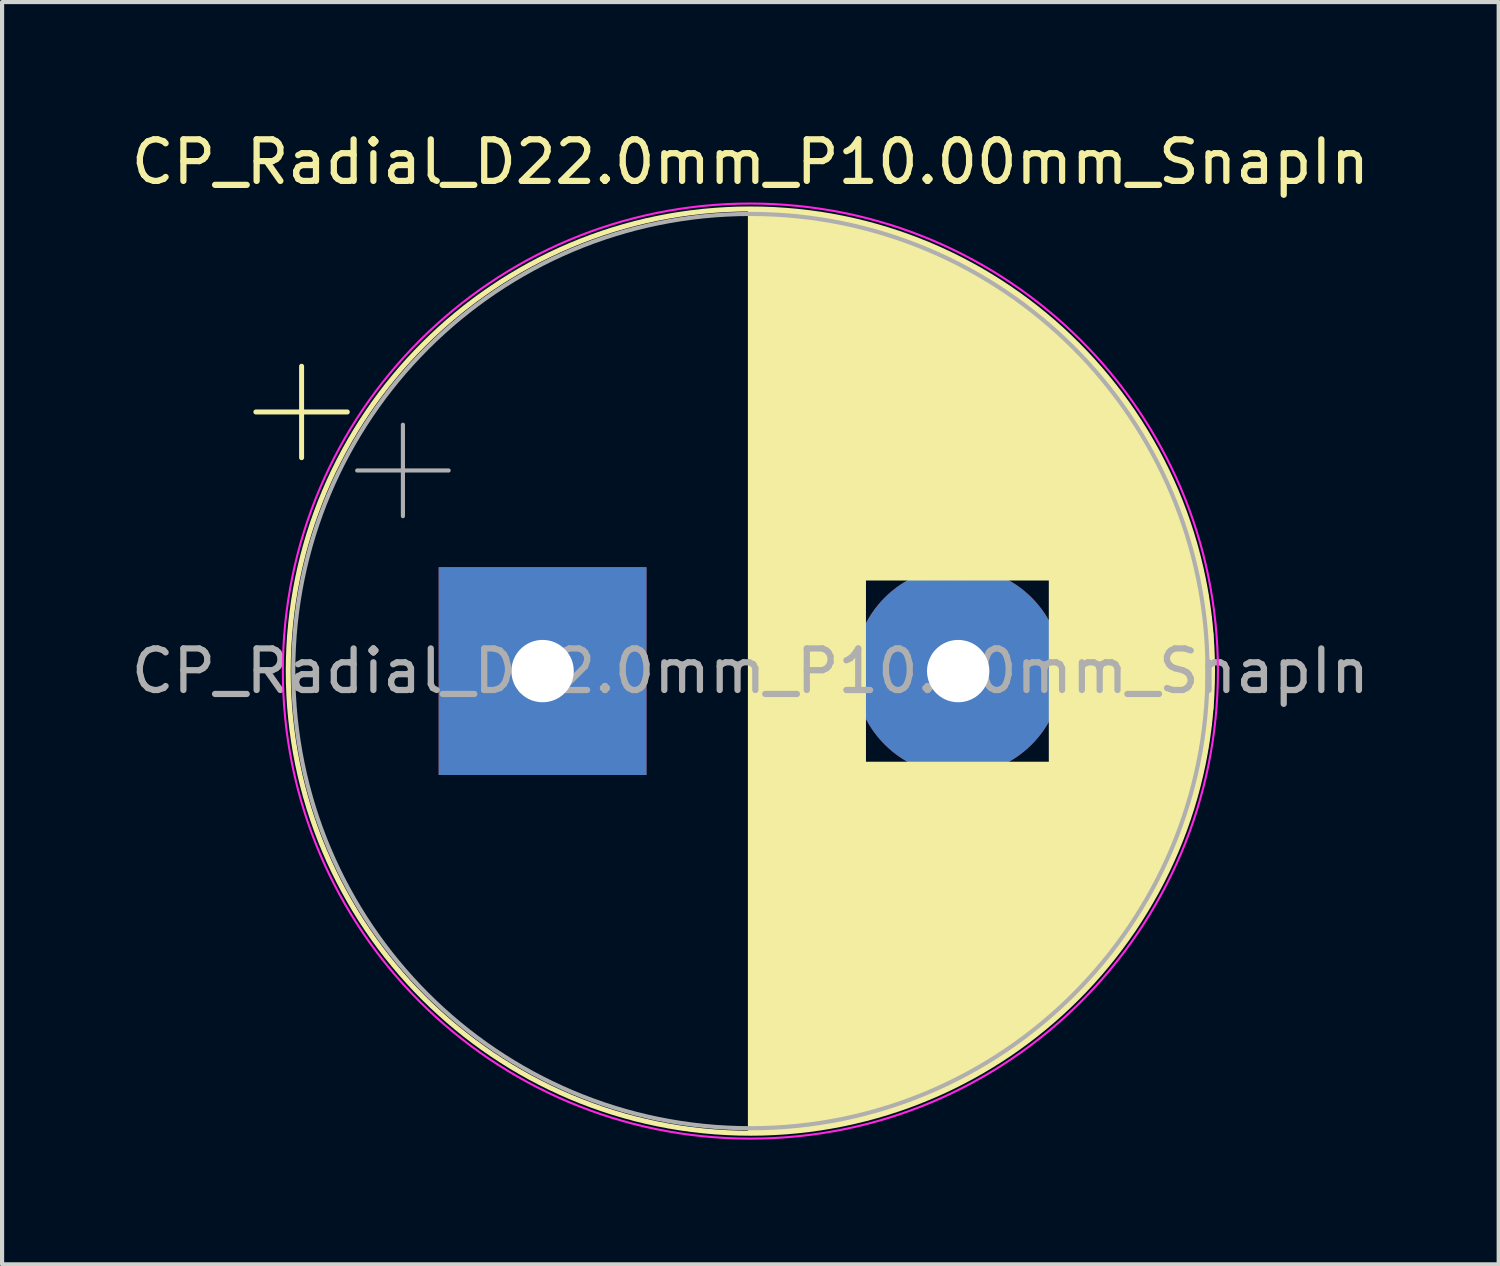
<source format=kicad_pcb>
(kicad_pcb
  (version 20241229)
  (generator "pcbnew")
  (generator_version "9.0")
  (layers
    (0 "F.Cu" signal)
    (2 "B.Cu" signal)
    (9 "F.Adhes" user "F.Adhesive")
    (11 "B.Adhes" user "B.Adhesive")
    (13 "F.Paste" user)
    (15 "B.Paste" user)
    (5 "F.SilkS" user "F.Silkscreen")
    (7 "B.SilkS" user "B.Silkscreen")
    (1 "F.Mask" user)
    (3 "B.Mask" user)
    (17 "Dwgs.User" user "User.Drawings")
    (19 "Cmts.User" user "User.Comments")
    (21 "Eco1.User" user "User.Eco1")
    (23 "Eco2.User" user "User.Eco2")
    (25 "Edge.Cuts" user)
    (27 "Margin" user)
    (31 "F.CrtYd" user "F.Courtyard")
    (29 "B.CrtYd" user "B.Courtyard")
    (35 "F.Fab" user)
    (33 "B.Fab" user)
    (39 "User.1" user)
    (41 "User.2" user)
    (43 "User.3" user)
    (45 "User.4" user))
  (footprint "CP_Radial_D22.0mm_P10.00mm_SnapIn"
    (layer "F.Cu")
    (at 10.006 13.098)
    (property "Reference" "CP_Radial_D22.0mm_P10.00mm_SnapIn" (at 5 -12.25 0) (layer "F.SilkS") (effects (font (size 1 1) (thickness 0.15))))
    (attr through_hole)
    (fp_line (start -6.899 -6.235) (end -4.699 -6.235) (stroke (width 0.12) (type solid)) (layer "F.SilkS"))
    (fp_line (start -5.799 -7.335) (end -5.799 -5.135) (stroke (width 0.12) (type solid)) (layer "F.SilkS"))
    (fp_line (start 5 -11.081) (end 5 11.081) (stroke (width 0.12) (type solid)) (layer "F.SilkS"))
    (fp_line (start 5.04 -11.08) (end 5.04 11.08) (stroke (width 0.12) (type solid)) (layer "F.SilkS"))
    (fp_line (start 5.08 -11.08) (end 5.08 11.08) (stroke (width 0.12) (type solid)) (layer "F.SilkS"))
    (fp_line (start 5.12 -11.08) (end 5.12 11.08) (stroke (width 0.12) (type solid)) (layer "F.SilkS"))
    (fp_line (start 5.16 -11.079) (end 5.16 11.079) (stroke (width 0.12) (type solid)) (layer "F.SilkS"))
    (fp_line (start 5.2 -11.079) (end 5.2 11.079) (stroke (width 0.12) (type solid)) (layer "F.SilkS"))
    (fp_line (start 5.24 -11.078) (end 5.24 11.078) (stroke (width 0.12) (type solid)) (layer "F.SilkS"))
    (fp_line (start 5.28 -11.077) (end 5.28 11.077) (stroke (width 0.12) (type solid)) (layer "F.SilkS"))
    (fp_line (start 5.32 -11.076) (end 5.32 11.076) (stroke (width 0.12) (type solid)) (layer "F.SilkS"))
    (fp_line (start 5.36 -11.075) (end 5.36 11.075) (stroke (width 0.12) (type solid)) (layer "F.SilkS"))
    (fp_line (start 5.4 -11.073) (end 5.4 11.073) (stroke (width 0.12) (type solid)) (layer "F.SilkS"))
    (fp_line (start 5.44 -11.072) (end 5.44 11.072) (stroke (width 0.12) (type solid)) (layer "F.SilkS"))
    (fp_line (start 5.48 -11.07) (end 5.48 11.07) (stroke (width 0.12) (type solid)) (layer "F.SilkS"))
    (fp_line (start 5.52 -11.068) (end 5.52 11.068) (stroke (width 0.12) (type solid)) (layer "F.SilkS"))
    (fp_line (start 5.56 -11.066) (end 5.56 11.066) (stroke (width 0.12) (type solid)) (layer "F.SilkS"))
    (fp_line (start 5.6 -11.064) (end 5.6 11.064) (stroke (width 0.12) (type solid)) (layer "F.SilkS"))
    (fp_line (start 5.64 -11.062) (end 5.64 11.062) (stroke (width 0.12) (type solid)) (layer "F.SilkS"))
    (fp_line (start 5.68 -11.06) (end 5.68 11.06) (stroke (width 0.12) (type solid)) (layer "F.SilkS"))
    (fp_line (start 5.721 -11.057) (end 5.721 11.057) (stroke (width 0.12) (type solid)) (layer "F.SilkS"))
    (fp_line (start 5.761 -11.054) (end 5.761 11.054) (stroke (width 0.12) (type solid)) (layer "F.SilkS"))
    (fp_line (start 5.801 -11.052) (end 5.801 11.052) (stroke (width 0.12) (type solid)) (layer "F.SilkS"))
    (fp_line (start 5.841 -11.049) (end 5.841 11.049) (stroke (width 0.12) (type solid)) (layer "F.SilkS"))
    (fp_line (start 5.881 -11.046) (end 5.881 11.046) (stroke (width 0.12) (type solid)) (layer "F.SilkS"))
    (fp_line (start 5.921 -11.042) (end 5.921 11.042) (stroke (width 0.12) (type solid)) (layer "F.SilkS"))
    (fp_line (start 5.961 -11.039) (end 5.961 11.039) (stroke (width 0.12) (type solid)) (layer "F.SilkS"))
    (fp_line (start 6.001 -11.035) (end 6.001 11.035) (stroke (width 0.12) (type solid)) (layer "F.SilkS"))
    (fp_line (start 6.041 -11.032) (end 6.041 11.032) (stroke (width 0.12) (type solid)) (layer "F.SilkS"))
    (fp_line (start 6.081 -11.028) (end 6.081 11.028) (stroke (width 0.12) (type solid)) (layer "F.SilkS"))
    (fp_line (start 6.121 -11.024) (end 6.121 11.024) (stroke (width 0.12) (type solid)) (layer "F.SilkS"))
    (fp_line (start 6.161 -11.02) (end 6.161 11.02) (stroke (width 0.12) (type solid)) (layer "F.SilkS"))
    (fp_line (start 6.201 -11.016) (end 6.201 11.016) (stroke (width 0.12) (type solid)) (layer "F.SilkS"))
    (fp_line (start 6.241 -11.011) (end 6.241 11.011) (stroke (width 0.12) (type solid)) (layer "F.SilkS"))
    (fp_line (start 6.281 -11.007) (end 6.281 11.007) (stroke (width 0.12) (type solid)) (layer "F.SilkS"))
    (fp_line (start 6.321 -11.002) (end 6.321 11.002) (stroke (width 0.12) (type solid)) (layer "F.SilkS"))
    (fp_line (start 6.361 -10.997) (end 6.361 10.997) (stroke (width 0.12) (type solid)) (layer "F.SilkS"))
    (fp_line (start 6.401 -10.992) (end 6.401 10.992) (stroke (width 0.12) (type solid)) (layer "F.SilkS"))
    (fp_line (start 6.441 -10.987) (end 6.441 10.987) (stroke (width 0.12) (type solid)) (layer "F.SilkS"))
    (fp_line (start 6.481 -10.982) (end 6.481 10.982) (stroke (width 0.12) (type solid)) (layer "F.SilkS"))
    (fp_line (start 6.521 -10.976) (end 6.521 10.976) (stroke (width 0.12) (type solid)) (layer "F.SilkS"))
    (fp_line (start 6.561 -10.971) (end 6.561 10.971) (stroke (width 0.12) (type solid)) (layer "F.SilkS"))
    (fp_line (start 6.601 -10.965) (end 6.601 10.965) (stroke (width 0.12) (type solid)) (layer "F.SilkS"))
    (fp_line (start 6.641 -10.959) (end 6.641 10.959) (stroke (width 0.12) (type solid)) (layer "F.SilkS"))
    (fp_line (start 6.681 -10.953) (end 6.681 10.953) (stroke (width 0.12) (type solid)) (layer "F.SilkS"))
    (fp_line (start 6.721 -10.947) (end 6.721 10.947) (stroke (width 0.12) (type solid)) (layer "F.SilkS"))
    (fp_line (start 6.761 -10.94) (end 6.761 10.94) (stroke (width 0.12) (type solid)) (layer "F.SilkS"))
    (fp_line (start 6.801 -10.934) (end 6.801 10.934) (stroke (width 0.12) (type solid)) (layer "F.SilkS"))
    (fp_line (start 6.841 -10.927) (end 6.841 10.927) (stroke (width 0.12) (type solid)) (layer "F.SilkS"))
    (fp_line (start 6.881 -10.92) (end 6.881 10.92) (stroke (width 0.12) (type solid)) (layer "F.SilkS"))
    (fp_line (start 6.921 -10.913) (end 6.921 10.913) (stroke (width 0.12) (type solid)) (layer "F.SilkS"))
    (fp_line (start 6.961 -10.906) (end 6.961 10.906) (stroke (width 0.12) (type solid)) (layer "F.SilkS"))
    (fp_line (start 7.001 -10.899) (end 7.001 10.899) (stroke (width 0.12) (type solid)) (layer "F.SilkS"))
    (fp_line (start 7.041 -10.892) (end 7.041 10.892) (stroke (width 0.12) (type solid)) (layer "F.SilkS"))
    (fp_line (start 7.081 -10.884) (end 7.081 10.884) (stroke (width 0.12) (type solid)) (layer "F.SilkS"))
    (fp_line (start 7.121 -10.877) (end 7.121 10.877) (stroke (width 0.12) (type solid)) (layer "F.SilkS"))
    (fp_line (start 7.161 -10.869) (end 7.161 10.869) (stroke (width 0.12) (type solid)) (layer "F.SilkS"))
    (fp_line (start 7.201 -10.861) (end 7.201 10.861) (stroke (width 0.12) (type solid)) (layer "F.SilkS"))
    (fp_line (start 7.241 -10.853) (end 7.241 10.853) (stroke (width 0.12) (type solid)) (layer "F.SilkS"))
    (fp_line (start 7.281 -10.844) (end 7.281 10.844) (stroke (width 0.12) (type solid)) (layer "F.SilkS"))
    (fp_line (start 7.321 -10.836) (end 7.321 10.836) (stroke (width 0.12) (type solid)) (layer "F.SilkS"))
    (fp_line (start 7.361 -10.827) (end 7.361 10.827) (stroke (width 0.12) (type solid)) (layer "F.SilkS"))
    (fp_line (start 7.401 -10.818) (end 7.401 10.818) (stroke (width 0.12) (type solid)) (layer "F.SilkS"))
    (fp_line (start 7.441 -10.809) (end 7.441 10.809) (stroke (width 0.12) (type solid)) (layer "F.SilkS"))
    (fp_line (start 7.481 -10.8) (end 7.481 10.8) (stroke (width 0.12) (type solid)) (layer "F.SilkS"))
    (fp_line (start 7.521 -10.791) (end 7.521 10.791) (stroke (width 0.12) (type solid)) (layer "F.SilkS"))
    (fp_line (start 7.561 -10.782) (end 7.561 10.782) (stroke (width 0.12) (type solid)) (layer "F.SilkS"))
    (fp_line (start 7.601 -10.772) (end 7.601 10.772) (stroke (width 0.12) (type solid)) (layer "F.SilkS"))
    (fp_line (start 7.641 -10.763) (end 7.641 10.763) (stroke (width 0.12) (type solid)) (layer "F.SilkS"))
    (fp_line (start 7.681 -10.753) (end 7.681 10.753) (stroke (width 0.12) (type solid)) (layer "F.SilkS"))
    (fp_line (start 7.721 -10.743) (end 7.721 10.743) (stroke (width 0.12) (type solid)) (layer "F.SilkS"))
    (fp_line (start 7.761 -10.733) (end 7.761 -2.24) (stroke (width 0.12) (type solid)) (layer "F.SilkS"))
    (fp_line (start 7.761 2.24) (end 7.761 10.733) (stroke (width 0.12) (type solid)) (layer "F.SilkS"))
    (fp_line (start 7.801 -10.722) (end 7.801 -2.24) (stroke (width 0.12) (type solid)) (layer "F.SilkS"))
    (fp_line (start 7.801 2.24) (end 7.801 10.722) (stroke (width 0.12) (type solid)) (layer "F.SilkS"))
    (fp_line (start 7.841 -10.712) (end 7.841 -2.24) (stroke (width 0.12) (type solid)) (layer "F.SilkS"))
    (fp_line (start 7.841 2.24) (end 7.841 10.712) (stroke (width 0.12) (type solid)) (layer "F.SilkS"))
    (fp_line (start 7.881 -10.701) (end 7.881 -2.24) (stroke (width 0.12) (type solid)) (layer "F.SilkS"))
    (fp_line (start 7.881 2.24) (end 7.881 10.701) (stroke (width 0.12) (type solid)) (layer "F.SilkS"))
    (fp_line (start 7.921 -10.69) (end 7.921 -2.24) (stroke (width 0.12) (type solid)) (layer "F.SilkS"))
    (fp_line (start 7.921 2.24) (end 7.921 10.69) (stroke (width 0.12) (type solid)) (layer "F.SilkS"))
    (fp_line (start 7.961 -10.679) (end 7.961 -2.24) (stroke (width 0.12) (type solid)) (layer "F.SilkS"))
    (fp_line (start 7.961 2.24) (end 7.961 10.679) (stroke (width 0.12) (type solid)) (layer "F.SilkS"))
    (fp_line (start 8.001 -10.668) (end 8.001 -2.24) (stroke (width 0.12) (type solid)) (layer "F.SilkS"))
    (fp_line (start 8.001 2.24) (end 8.001 10.668) (stroke (width 0.12) (type solid)) (layer "F.SilkS"))
    (fp_line (start 8.041 -10.657) (end 8.041 -2.24) (stroke (width 0.12) (type solid)) (layer "F.SilkS"))
    (fp_line (start 8.041 2.24) (end 8.041 10.657) (stroke (width 0.12) (type solid)) (layer "F.SilkS"))
    (fp_line (start 8.081 -10.645) (end 8.081 -2.24) (stroke (width 0.12) (type solid)) (layer "F.SilkS"))
    (fp_line (start 8.081 2.24) (end 8.081 10.645) (stroke (width 0.12) (type solid)) (layer "F.SilkS"))
    (fp_line (start 8.121 -10.634) (end 8.121 -2.24) (stroke (width 0.12) (type solid)) (layer "F.SilkS"))
    (fp_line (start 8.121 2.24) (end 8.121 10.634) (stroke (width 0.12) (type solid)) (layer "F.SilkS"))
    (fp_line (start 8.161 -10.622) (end 8.161 -2.24) (stroke (width 0.12) (type solid)) (layer "F.SilkS"))
    (fp_line (start 8.161 2.24) (end 8.161 10.622) (stroke (width 0.12) (type solid)) (layer "F.SilkS"))
    (fp_line (start 8.201 -10.61) (end 8.201 -2.24) (stroke (width 0.12) (type solid)) (layer "F.SilkS"))
    (fp_line (start 8.201 2.24) (end 8.201 10.61) (stroke (width 0.12) (type solid)) (layer "F.SilkS"))
    (fp_line (start 8.241 -10.598) (end 8.241 -2.24) (stroke (width 0.12) (type solid)) (layer "F.SilkS"))
    (fp_line (start 8.241 2.24) (end 8.241 10.598) (stroke (width 0.12) (type solid)) (layer "F.SilkS"))
    (fp_line (start 8.281 -10.586) (end 8.281 -2.24) (stroke (width 0.12) (type solid)) (layer "F.SilkS"))
    (fp_line (start 8.281 2.24) (end 8.281 10.586) (stroke (width 0.12) (type solid)) (layer "F.SilkS"))
    (fp_line (start 8.321 -10.573) (end 8.321 -2.24) (stroke (width 0.12) (type solid)) (layer "F.SilkS"))
    (fp_line (start 8.321 2.24) (end 8.321 10.573) (stroke (width 0.12) (type solid)) (layer "F.SilkS"))
    (fp_line (start 8.361 -10.561) (end 8.361 -2.24) (stroke (width 0.12) (type solid)) (layer "F.SilkS"))
    (fp_line (start 8.361 2.24) (end 8.361 10.561) (stroke (width 0.12) (type solid)) (layer "F.SilkS"))
    (fp_line (start 8.401 -10.548) (end 8.401 -2.24) (stroke (width 0.12) (type solid)) (layer "F.SilkS"))
    (fp_line (start 8.401 2.24) (end 8.401 10.548) (stroke (width 0.12) (type solid)) (layer "F.SilkS"))
    (fp_line (start 8.441 -10.535) (end 8.441 -2.24) (stroke (width 0.12) (type solid)) (layer "F.SilkS"))
    (fp_line (start 8.441 2.24) (end 8.441 10.535) (stroke (width 0.12) (type solid)) (layer "F.SilkS"))
    (fp_line (start 8.481 -10.522) (end 8.481 -2.24) (stroke (width 0.12) (type solid)) (layer "F.SilkS"))
    (fp_line (start 8.481 2.24) (end 8.481 10.522) (stroke (width 0.12) (type solid)) (layer "F.SilkS"))
    (fp_line (start 8.521 -10.509) (end 8.521 -2.24) (stroke (width 0.12) (type solid)) (layer "F.SilkS"))
    (fp_line (start 8.521 2.24) (end 8.521 10.509) (stroke (width 0.12) (type solid)) (layer "F.SilkS"))
    (fp_line (start 8.561 -10.495) (end 8.561 -2.24) (stroke (width 0.12) (type solid)) (layer "F.SilkS"))
    (fp_line (start 8.561 2.24) (end 8.561 10.495) (stroke (width 0.12) (type solid)) (layer "F.SilkS"))
    (fp_line (start 8.601 -10.482) (end 8.601 -2.24) (stroke (width 0.12) (type solid)) (layer "F.SilkS"))
    (fp_line (start 8.601 2.24) (end 8.601 10.482) (stroke (width 0.12) (type solid)) (layer "F.SilkS"))
    (fp_line (start 8.641 -10.468) (end 8.641 -2.24) (stroke (width 0.12) (type solid)) (layer "F.SilkS"))
    (fp_line (start 8.641 2.24) (end 8.641 10.468) (stroke (width 0.12) (type solid)) (layer "F.SilkS"))
    (fp_line (start 8.681 -10.454) (end 8.681 -2.24) (stroke (width 0.12) (type solid)) (layer "F.SilkS"))
    (fp_line (start 8.681 2.24) (end 8.681 10.454) (stroke (width 0.12) (type solid)) (layer "F.SilkS"))
    (fp_line (start 8.721 -10.44) (end 8.721 -2.24) (stroke (width 0.12) (type solid)) (layer "F.SilkS"))
    (fp_line (start 8.721 2.24) (end 8.721 10.44) (stroke (width 0.12) (type solid)) (layer "F.SilkS"))
    (fp_line (start 8.761 -10.426) (end 8.761 -2.24) (stroke (width 0.12) (type solid)) (layer "F.SilkS"))
    (fp_line (start 8.761 2.24) (end 8.761 10.426) (stroke (width 0.12) (type solid)) (layer "F.SilkS"))
    (fp_line (start 8.801 -10.411) (end 8.801 -2.24) (stroke (width 0.12) (type solid)) (layer "F.SilkS"))
    (fp_line (start 8.801 2.24) (end 8.801 10.411) (stroke (width 0.12) (type solid)) (layer "F.SilkS"))
    (fp_line (start 8.841 -10.396) (end 8.841 -2.24) (stroke (width 0.12) (type solid)) (layer "F.SilkS"))
    (fp_line (start 8.841 2.24) (end 8.841 10.396) (stroke (width 0.12) (type solid)) (layer "F.SilkS"))
    (fp_line (start 8.881 -10.382) (end 8.881 -2.24) (stroke (width 0.12) (type solid)) (layer "F.SilkS"))
    (fp_line (start 8.881 2.24) (end 8.881 10.382) (stroke (width 0.12) (type solid)) (layer "F.SilkS"))
    (fp_line (start 8.921 -10.367) (end 8.921 -2.24) (stroke (width 0.12) (type solid)) (layer "F.SilkS"))
    (fp_line (start 8.921 2.24) (end 8.921 10.367) (stroke (width 0.12) (type solid)) (layer "F.SilkS"))
    (fp_line (start 8.961 -10.351) (end 8.961 -2.24) (stroke (width 0.12) (type solid)) (layer "F.SilkS"))
    (fp_line (start 8.961 2.24) (end 8.961 10.351) (stroke (width 0.12) (type solid)) (layer "F.SilkS"))
    (fp_line (start 9.001 -10.336) (end 9.001 -2.24) (stroke (width 0.12) (type solid)) (layer "F.SilkS"))
    (fp_line (start 9.001 2.24) (end 9.001 10.336) (stroke (width 0.12) (type solid)) (layer "F.SilkS"))
    (fp_line (start 9.041 -10.321) (end 9.041 -2.24) (stroke (width 0.12) (type solid)) (layer "F.SilkS"))
    (fp_line (start 9.041 2.24) (end 9.041 10.321) (stroke (width 0.12) (type solid)) (layer "F.SilkS"))
    (fp_line (start 9.081 -10.305) (end 9.081 -2.24) (stroke (width 0.12) (type solid)) (layer "F.SilkS"))
    (fp_line (start 9.081 2.24) (end 9.081 10.305) (stroke (width 0.12) (type solid)) (layer "F.SilkS"))
    (fp_line (start 9.121 -10.289) (end 9.121 -2.24) (stroke (width 0.12) (type solid)) (layer "F.SilkS"))
    (fp_line (start 9.121 2.24) (end 9.121 10.289) (stroke (width 0.12) (type solid)) (layer "F.SilkS"))
    (fp_line (start 9.161 -10.273) (end 9.161 -2.24) (stroke (width 0.12) (type solid)) (layer "F.SilkS"))
    (fp_line (start 9.161 2.24) (end 9.161 10.273) (stroke (width 0.12) (type solid)) (layer "F.SilkS"))
    (fp_line (start 9.201 -10.257) (end 9.201 -2.24) (stroke (width 0.12) (type solid)) (layer "F.SilkS"))
    (fp_line (start 9.201 2.24) (end 9.201 10.257) (stroke (width 0.12) (type solid)) (layer "F.SilkS"))
    (fp_line (start 9.241 -10.24) (end 9.241 -2.24) (stroke (width 0.12) (type solid)) (layer "F.SilkS"))
    (fp_line (start 9.241 2.24) (end 9.241 10.24) (stroke (width 0.12) (type solid)) (layer "F.SilkS"))
    (fp_line (start 9.281 -10.224) (end 9.281 -2.24) (stroke (width 0.12) (type solid)) (layer "F.SilkS"))
    (fp_line (start 9.281 2.24) (end 9.281 10.224) (stroke (width 0.12) (type solid)) (layer "F.SilkS"))
    (fp_line (start 9.321 -10.207) (end 9.321 -2.24) (stroke (width 0.12) (type solid)) (layer "F.SilkS"))
    (fp_line (start 9.321 2.24) (end 9.321 10.207) (stroke (width 0.12) (type solid)) (layer "F.SilkS"))
    (fp_line (start 9.361 -10.19) (end 9.361 -2.24) (stroke (width 0.12) (type solid)) (layer "F.SilkS"))
    (fp_line (start 9.361 2.24) (end 9.361 10.19) (stroke (width 0.12) (type solid)) (layer "F.SilkS"))
    (fp_line (start 9.401 -10.173) (end 9.401 -2.24) (stroke (width 0.12) (type solid)) (layer "F.SilkS"))
    (fp_line (start 9.401 2.24) (end 9.401 10.173) (stroke (width 0.12) (type solid)) (layer "F.SilkS"))
    (fp_line (start 9.441 -10.156) (end 9.441 -2.24) (stroke (width 0.12) (type solid)) (layer "F.SilkS"))
    (fp_line (start 9.441 2.24) (end 9.441 10.156) (stroke (width 0.12) (type solid)) (layer "F.SilkS"))
    (fp_line (start 9.481 -10.138) (end 9.481 -2.24) (stroke (width 0.12) (type solid)) (layer "F.SilkS"))
    (fp_line (start 9.481 2.24) (end 9.481 10.138) (stroke (width 0.12) (type solid)) (layer "F.SilkS"))
    (fp_line (start 9.521 -10.12) (end 9.521 -2.24) (stroke (width 0.12) (type solid)) (layer "F.SilkS"))
    (fp_line (start 9.521 2.24) (end 9.521 10.12) (stroke (width 0.12) (type solid)) (layer "F.SilkS"))
    (fp_line (start 9.561 -10.103) (end 9.561 -2.24) (stroke (width 0.12) (type solid)) (layer "F.SilkS"))
    (fp_line (start 9.561 2.24) (end 9.561 10.103) (stroke (width 0.12) (type solid)) (layer "F.SilkS"))
    (fp_line (start 9.601 -10.084) (end 9.601 -2.24) (stroke (width 0.12) (type solid)) (layer "F.SilkS"))
    (fp_line (start 9.601 2.24) (end 9.601 10.084) (stroke (width 0.12) (type solid)) (layer "F.SilkS"))
    (fp_line (start 9.641 -10.066) (end 9.641 -2.24) (stroke (width 0.12) (type solid)) (layer "F.SilkS"))
    (fp_line (start 9.641 2.24) (end 9.641 10.066) (stroke (width 0.12) (type solid)) (layer "F.SilkS"))
    (fp_line (start 9.681 -10.048) (end 9.681 -2.24) (stroke (width 0.12) (type solid)) (layer "F.SilkS"))
    (fp_line (start 9.681 2.24) (end 9.681 10.048) (stroke (width 0.12) (type solid)) (layer "F.SilkS"))
    (fp_line (start 9.721 -10.029) (end 9.721 -2.24) (stroke (width 0.12) (type solid)) (layer "F.SilkS"))
    (fp_line (start 9.721 2.24) (end 9.721 10.029) (stroke (width 0.12) (type solid)) (layer "F.SilkS"))
    (fp_line (start 9.761 -10.01) (end 9.761 -2.24) (stroke (width 0.12) (type solid)) (layer "F.SilkS"))
    (fp_line (start 9.761 2.24) (end 9.761 10.01) (stroke (width 0.12) (type solid)) (layer "F.SilkS"))
    (fp_line (start 9.801 -9.991) (end 9.801 -2.24) (stroke (width 0.12) (type solid)) (layer "F.SilkS"))
    (fp_line (start 9.801 2.24) (end 9.801 9.991) (stroke (width 0.12) (type solid)) (layer "F.SilkS"))
    (fp_line (start 9.841 -9.972) (end 9.841 -2.24) (stroke (width 0.12) (type solid)) (layer "F.SilkS"))
    (fp_line (start 9.841 2.24) (end 9.841 9.972) (stroke (width 0.12) (type solid)) (layer "F.SilkS"))
    (fp_line (start 9.881 -9.952) (end 9.881 -2.24) (stroke (width 0.12) (type solid)) (layer "F.SilkS"))
    (fp_line (start 9.881 2.24) (end 9.881 9.952) (stroke (width 0.12) (type solid)) (layer "F.SilkS"))
    (fp_line (start 9.921 -9.933) (end 9.921 -2.24) (stroke (width 0.12) (type solid)) (layer "F.SilkS"))
    (fp_line (start 9.921 2.24) (end 9.921 9.933) (stroke (width 0.12) (type solid)) (layer "F.SilkS"))
    (fp_line (start 9.961 -9.913) (end 9.961 -2.24) (stroke (width 0.12) (type solid)) (layer "F.SilkS"))
    (fp_line (start 9.961 2.24) (end 9.961 9.913) (stroke (width 0.12) (type solid)) (layer "F.SilkS"))
    (fp_line (start 10.001 -9.893) (end 10.001 -2.24) (stroke (width 0.12) (type solid)) (layer "F.SilkS"))
    (fp_line (start 10.001 2.24) (end 10.001 9.893) (stroke (width 0.12) (type solid)) (layer "F.SilkS"))
    (fp_line (start 10.041 -9.873) (end 10.041 -2.24) (stroke (width 0.12) (type solid)) (layer "F.SilkS"))
    (fp_line (start 10.041 2.24) (end 10.041 9.873) (stroke (width 0.12) (type solid)) (layer "F.SilkS"))
    (fp_line (start 10.081 -9.852) (end 10.081 -2.24) (stroke (width 0.12) (type solid)) (layer "F.SilkS"))
    (fp_line (start 10.081 2.24) (end 10.081 9.852) (stroke (width 0.12) (type solid)) (layer "F.SilkS"))
    (fp_line (start 10.121 -9.832) (end 10.121 -2.24) (stroke (width 0.12) (type solid)) (layer "F.SilkS"))
    (fp_line (start 10.121 2.24) (end 10.121 9.832) (stroke (width 0.12) (type solid)) (layer "F.SilkS"))
    (fp_line (start 10.161 -9.811) (end 10.161 -2.24) (stroke (width 0.12) (type solid)) (layer "F.SilkS"))
    (fp_line (start 10.161 2.24) (end 10.161 9.811) (stroke (width 0.12) (type solid)) (layer "F.SilkS"))
    (fp_line (start 10.201 -9.79) (end 10.201 -2.24) (stroke (width 0.12) (type solid)) (layer "F.SilkS"))
    (fp_line (start 10.201 2.24) (end 10.201 9.79) (stroke (width 0.12) (type solid)) (layer "F.SilkS"))
    (fp_line (start 10.241 -9.768) (end 10.241 -2.24) (stroke (width 0.12) (type solid)) (layer "F.SilkS"))
    (fp_line (start 10.241 2.24) (end 10.241 9.768) (stroke (width 0.12) (type solid)) (layer "F.SilkS"))
    (fp_line (start 10.281 -9.747) (end 10.281 -2.24) (stroke (width 0.12) (type solid)) (layer "F.SilkS"))
    (fp_line (start 10.281 2.24) (end 10.281 9.747) (stroke (width 0.12) (type solid)) (layer "F.SilkS"))
    (fp_line (start 10.321 -9.725) (end 10.321 -2.24) (stroke (width 0.12) (type solid)) (layer "F.SilkS"))
    (fp_line (start 10.321 2.24) (end 10.321 9.725) (stroke (width 0.12) (type solid)) (layer "F.SilkS"))
    (fp_line (start 10.361 -9.703) (end 10.361 -2.24) (stroke (width 0.12) (type solid)) (layer "F.SilkS"))
    (fp_line (start 10.361 2.24) (end 10.361 9.703) (stroke (width 0.12) (type solid)) (layer "F.SilkS"))
    (fp_line (start 10.401 -9.681) (end 10.401 -2.24) (stroke (width 0.12) (type solid)) (layer "F.SilkS"))
    (fp_line (start 10.401 2.24) (end 10.401 9.681) (stroke (width 0.12) (type solid)) (layer "F.SilkS"))
    (fp_line (start 10.441 -9.659) (end 10.441 -2.24) (stroke (width 0.12) (type solid)) (layer "F.SilkS"))
    (fp_line (start 10.441 2.24) (end 10.441 9.659) (stroke (width 0.12) (type solid)) (layer "F.SilkS"))
    (fp_line (start 10.481 -9.636) (end 10.481 -2.24) (stroke (width 0.12) (type solid)) (layer "F.SilkS"))
    (fp_line (start 10.481 2.24) (end 10.481 9.636) (stroke (width 0.12) (type solid)) (layer "F.SilkS"))
    (fp_line (start 10.521 -9.614) (end 10.521 -2.24) (stroke (width 0.12) (type solid)) (layer "F.SilkS"))
    (fp_line (start 10.521 2.24) (end 10.521 9.614) (stroke (width 0.12) (type solid)) (layer "F.SilkS"))
    (fp_line (start 10.561 -9.591) (end 10.561 -2.24) (stroke (width 0.12) (type solid)) (layer "F.SilkS"))
    (fp_line (start 10.561 2.24) (end 10.561 9.591) (stroke (width 0.12) (type solid)) (layer "F.SilkS"))
    (fp_line (start 10.601 -9.567) (end 10.601 -2.24) (stroke (width 0.12) (type solid)) (layer "F.SilkS"))
    (fp_line (start 10.601 2.24) (end 10.601 9.567) (stroke (width 0.12) (type solid)) (layer "F.SilkS"))
    (fp_line (start 10.641 -9.544) (end 10.641 -2.24) (stroke (width 0.12) (type solid)) (layer "F.SilkS"))
    (fp_line (start 10.641 2.24) (end 10.641 9.544) (stroke (width 0.12) (type solid)) (layer "F.SilkS"))
    (fp_line (start 10.681 -9.52) (end 10.681 -2.24) (stroke (width 0.12) (type solid)) (layer "F.SilkS"))
    (fp_line (start 10.681 2.24) (end 10.681 9.52) (stroke (width 0.12) (type solid)) (layer "F.SilkS"))
    (fp_line (start 10.721 -9.497) (end 10.721 -2.24) (stroke (width 0.12) (type solid)) (layer "F.SilkS"))
    (fp_line (start 10.721 2.24) (end 10.721 9.497) (stroke (width 0.12) (type solid)) (layer "F.SilkS"))
    (fp_line (start 10.761 -9.472) (end 10.761 -2.24) (stroke (width 0.12) (type solid)) (layer "F.SilkS"))
    (fp_line (start 10.761 2.24) (end 10.761 9.472) (stroke (width 0.12) (type solid)) (layer "F.SilkS"))
    (fp_line (start 10.801 -9.448) (end 10.801 -2.24) (stroke (width 0.12) (type solid)) (layer "F.SilkS"))
    (fp_line (start 10.801 2.24) (end 10.801 9.448) (stroke (width 0.12) (type solid)) (layer "F.SilkS"))
    (fp_line (start 10.841 -9.424) (end 10.841 -2.24) (stroke (width 0.12) (type solid)) (layer "F.SilkS"))
    (fp_line (start 10.841 2.24) (end 10.841 9.424) (stroke (width 0.12) (type solid)) (layer "F.SilkS"))
    (fp_line (start 10.881 -9.399) (end 10.881 -2.24) (stroke (width 0.12) (type solid)) (layer "F.SilkS"))
    (fp_line (start 10.881 2.24) (end 10.881 9.399) (stroke (width 0.12) (type solid)) (layer "F.SilkS"))
    (fp_line (start 10.921 -9.374) (end 10.921 -2.24) (stroke (width 0.12) (type solid)) (layer "F.SilkS"))
    (fp_line (start 10.921 2.24) (end 10.921 9.374) (stroke (width 0.12) (type solid)) (layer "F.SilkS"))
    (fp_line (start 10.961 -9.348) (end 10.961 -2.24) (stroke (width 0.12) (type solid)) (layer "F.SilkS"))
    (fp_line (start 10.961 2.24) (end 10.961 9.348) (stroke (width 0.12) (type solid)) (layer "F.SilkS"))
    (fp_line (start 11.001 -9.323) (end 11.001 -2.24) (stroke (width 0.12) (type solid)) (layer "F.SilkS"))
    (fp_line (start 11.001 2.24) (end 11.001 9.323) (stroke (width 0.12) (type solid)) (layer "F.SilkS"))
    (fp_line (start 11.041 -9.297) (end 11.041 -2.24) (stroke (width 0.12) (type solid)) (layer "F.SilkS"))
    (fp_line (start 11.041 2.24) (end 11.041 9.297) (stroke (width 0.12) (type solid)) (layer "F.SilkS"))
    (fp_line (start 11.081 -9.271) (end 11.081 -2.24) (stroke (width 0.12) (type solid)) (layer "F.SilkS"))
    (fp_line (start 11.081 2.24) (end 11.081 9.271) (stroke (width 0.12) (type solid)) (layer "F.SilkS"))
    (fp_line (start 11.121 -9.245) (end 11.121 -2.24) (stroke (width 0.12) (type solid)) (layer "F.SilkS"))
    (fp_line (start 11.121 2.24) (end 11.121 9.245) (stroke (width 0.12) (type solid)) (layer "F.SilkS"))
    (fp_line (start 11.161 -9.218) (end 11.161 -2.24) (stroke (width 0.12) (type solid)) (layer "F.SilkS"))
    (fp_line (start 11.161 2.24) (end 11.161 9.218) (stroke (width 0.12) (type solid)) (layer "F.SilkS"))
    (fp_line (start 11.201 -9.192) (end 11.201 -2.24) (stroke (width 0.12) (type solid)) (layer "F.SilkS"))
    (fp_line (start 11.201 2.24) (end 11.201 9.192) (stroke (width 0.12) (type solid)) (layer "F.SilkS"))
    (fp_line (start 11.241 -9.165) (end 11.241 -2.24) (stroke (width 0.12) (type solid)) (layer "F.SilkS"))
    (fp_line (start 11.241 2.24) (end 11.241 9.165) (stroke (width 0.12) (type solid)) (layer "F.SilkS"))
    (fp_line (start 11.281 -9.137) (end 11.281 -2.24) (stroke (width 0.12) (type solid)) (layer "F.SilkS"))
    (fp_line (start 11.281 2.24) (end 11.281 9.137) (stroke (width 0.12) (type solid)) (layer "F.SilkS"))
    (fp_line (start 11.321 -9.11) (end 11.321 -2.24) (stroke (width 0.12) (type solid)) (layer "F.SilkS"))
    (fp_line (start 11.321 2.24) (end 11.321 9.11) (stroke (width 0.12) (type solid)) (layer "F.SilkS"))
    (fp_line (start 11.361 -9.082) (end 11.361 -2.24) (stroke (width 0.12) (type solid)) (layer "F.SilkS"))
    (fp_line (start 11.361 2.24) (end 11.361 9.082) (stroke (width 0.12) (type solid)) (layer "F.SilkS"))
    (fp_line (start 11.401 -9.054) (end 11.401 -2.24) (stroke (width 0.12) (type solid)) (layer "F.SilkS"))
    (fp_line (start 11.401 2.24) (end 11.401 9.054) (stroke (width 0.12) (type solid)) (layer "F.SilkS"))
    (fp_line (start 11.441 -9.026) (end 11.441 -2.24) (stroke (width 0.12) (type solid)) (layer "F.SilkS"))
    (fp_line (start 11.441 2.24) (end 11.441 9.026) (stroke (width 0.12) (type solid)) (layer "F.SilkS"))
    (fp_line (start 11.481 -8.997) (end 11.481 -2.24) (stroke (width 0.12) (type solid)) (layer "F.SilkS"))
    (fp_line (start 11.481 2.24) (end 11.481 8.997) (stroke (width 0.12) (type solid)) (layer "F.SilkS"))
    (fp_line (start 11.521 -8.968) (end 11.521 -2.24) (stroke (width 0.12) (type solid)) (layer "F.SilkS"))
    (fp_line (start 11.521 2.24) (end 11.521 8.968) (stroke (width 0.12) (type solid)) (layer "F.SilkS"))
    (fp_line (start 11.561 -8.939) (end 11.561 -2.24) (stroke (width 0.12) (type solid)) (layer "F.SilkS"))
    (fp_line (start 11.561 2.24) (end 11.561 8.939) (stroke (width 0.12) (type solid)) (layer "F.SilkS"))
    (fp_line (start 11.601 -8.91) (end 11.601 -2.24) (stroke (width 0.12) (type solid)) (layer "F.SilkS"))
    (fp_line (start 11.601 2.24) (end 11.601 8.91) (stroke (width 0.12) (type solid)) (layer "F.SilkS"))
    (fp_line (start 11.641 -8.88) (end 11.641 -2.24) (stroke (width 0.12) (type solid)) (layer "F.SilkS"))
    (fp_line (start 11.641 2.24) (end 11.641 8.88) (stroke (width 0.12) (type solid)) (layer "F.SilkS"))
    (fp_line (start 11.681 -8.85) (end 11.681 -2.24) (stroke (width 0.12) (type solid)) (layer "F.SilkS"))
    (fp_line (start 11.681 2.24) (end 11.681 8.85) (stroke (width 0.12) (type solid)) (layer "F.SilkS"))
    (fp_line (start 11.721 -8.82) (end 11.721 -2.24) (stroke (width 0.12) (type solid)) (layer "F.SilkS"))
    (fp_line (start 11.721 2.24) (end 11.721 8.82) (stroke (width 0.12) (type solid)) (layer "F.SilkS"))
    (fp_line (start 11.761 -8.79) (end 11.761 -2.24) (stroke (width 0.12) (type solid)) (layer "F.SilkS"))
    (fp_line (start 11.761 2.24) (end 11.761 8.79) (stroke (width 0.12) (type solid)) (layer "F.SilkS"))
    (fp_line (start 11.801 -8.759) (end 11.801 -2.24) (stroke (width 0.12) (type solid)) (layer "F.SilkS"))
    (fp_line (start 11.801 2.24) (end 11.801 8.759) (stroke (width 0.12) (type solid)) (layer "F.SilkS"))
    (fp_line (start 11.841 -8.728) (end 11.841 -2.24) (stroke (width 0.12) (type solid)) (layer "F.SilkS"))
    (fp_line (start 11.841 2.24) (end 11.841 8.728) (stroke (width 0.12) (type solid)) (layer "F.SilkS"))
    (fp_line (start 11.881 -8.697) (end 11.881 -2.24) (stroke (width 0.12) (type solid)) (layer "F.SilkS"))
    (fp_line (start 11.881 2.24) (end 11.881 8.697) (stroke (width 0.12) (type solid)) (layer "F.SilkS"))
    (fp_line (start 11.921 -8.665) (end 11.921 -2.24) (stroke (width 0.12) (type solid)) (layer "F.SilkS"))
    (fp_line (start 11.921 2.24) (end 11.921 8.665) (stroke (width 0.12) (type solid)) (layer "F.SilkS"))
    (fp_line (start 11.961 -8.633) (end 11.961 -2.24) (stroke (width 0.12) (type solid)) (layer "F.SilkS"))
    (fp_line (start 11.961 2.24) (end 11.961 8.633) (stroke (width 0.12) (type solid)) (layer "F.SilkS"))
    (fp_line (start 12.001 -8.601) (end 12.001 -2.24) (stroke (width 0.12) (type solid)) (layer "F.SilkS"))
    (fp_line (start 12.001 2.24) (end 12.001 8.601) (stroke (width 0.12) (type solid)) (layer "F.SilkS"))
    (fp_line (start 12.041 -8.568) (end 12.041 -2.24) (stroke (width 0.12) (type solid)) (layer "F.SilkS"))
    (fp_line (start 12.041 2.24) (end 12.041 8.568) (stroke (width 0.12) (type solid)) (layer "F.SilkS"))
    (fp_line (start 12.081 -8.535) (end 12.081 -2.24) (stroke (width 0.12) (type solid)) (layer "F.SilkS"))
    (fp_line (start 12.081 2.24) (end 12.081 8.535) (stroke (width 0.12) (type solid)) (layer "F.SilkS"))
    (fp_line (start 12.121 -8.502) (end 12.121 -2.24) (stroke (width 0.12) (type solid)) (layer "F.SilkS"))
    (fp_line (start 12.121 2.24) (end 12.121 8.502) (stroke (width 0.12) (type solid)) (layer "F.SilkS"))
    (fp_line (start 12.161 -8.469) (end 12.161 -2.24) (stroke (width 0.12) (type solid)) (layer "F.SilkS"))
    (fp_line (start 12.161 2.24) (end 12.161 8.469) (stroke (width 0.12) (type solid)) (layer "F.SilkS"))
    (fp_line (start 12.201 -8.435) (end 12.201 -2.24) (stroke (width 0.12) (type solid)) (layer "F.SilkS"))
    (fp_line (start 12.201 2.24) (end 12.201 8.435) (stroke (width 0.12) (type solid)) (layer "F.SilkS"))
    (fp_line (start 12.241 -8.401) (end 12.241 8.401) (stroke (width 0.12) (type solid)) (layer "F.SilkS"))
    (fp_line (start 12.281 -8.366) (end 12.281 8.366) (stroke (width 0.12) (type solid)) (layer "F.SilkS"))
    (fp_line (start 12.321 -8.331) (end 12.321 8.331) (stroke (width 0.12) (type solid)) (layer "F.SilkS"))
    (fp_line (start 12.361 -8.296) (end 12.361 8.296) (stroke (width 0.12) (type solid)) (layer "F.SilkS"))
    (fp_line (start 12.401 -8.261) (end 12.401 8.261) (stroke (width 0.12) (type solid)) (layer "F.SilkS"))
    (fp_line (start 12.441 -8.225) (end 12.441 8.225) (stroke (width 0.12) (type solid)) (layer "F.SilkS"))
    (fp_line (start 12.481 -8.189) (end 12.481 8.189) (stroke (width 0.12) (type solid)) (layer "F.SilkS"))
    (fp_line (start 12.521 -8.152) (end 12.521 8.152) (stroke (width 0.12) (type solid)) (layer "F.SilkS"))
    (fp_line (start 12.561 -8.115) (end 12.561 8.115) (stroke (width 0.12) (type solid)) (layer "F.SilkS"))
    (fp_line (start 12.601 -8.078) (end 12.601 8.078) (stroke (width 0.12) (type solid)) (layer "F.SilkS"))
    (fp_line (start 12.641 -8.04) (end 12.641 8.04) (stroke (width 0.12) (type solid)) (layer "F.SilkS"))
    (fp_line (start 12.681 -8.002) (end 12.681 8.002) (stroke (width 0.12) (type solid)) (layer "F.SilkS"))
    (fp_line (start 12.721 -7.964) (end 12.721 7.964) (stroke (width 0.12) (type solid)) (layer "F.SilkS"))
    (fp_line (start 12.761 -7.925) (end 12.761 7.925) (stroke (width 0.12) (type solid)) (layer "F.SilkS"))
    (fp_line (start 12.801 -7.886) (end 12.801 7.886) (stroke (width 0.12) (type solid)) (layer "F.SilkS"))
    (fp_line (start 12.841 -7.846) (end 12.841 7.846) (stroke (width 0.12) (type solid)) (layer "F.SilkS"))
    (fp_line (start 12.881 -7.807) (end 12.881 7.807) (stroke (width 0.12) (type solid)) (layer "F.SilkS"))
    (fp_line (start 12.921 -7.766) (end 12.921 7.766) (stroke (width 0.12) (type solid)) (layer "F.SilkS"))
    (fp_line (start 12.961 -7.725) (end 12.961 7.725) (stroke (width 0.12) (type solid)) (layer "F.SilkS"))
    (fp_line (start 13.001 -7.684) (end 13.001 7.684) (stroke (width 0.12) (type solid)) (layer "F.SilkS"))
    (fp_line (start 13.041 -7.642) (end 13.041 7.642) (stroke (width 0.12) (type solid)) (layer "F.SilkS"))
    (fp_line (start 13.081 -7.6) (end 13.081 7.6) (stroke (width 0.12) (type solid)) (layer "F.SilkS"))
    (fp_line (start 13.121 -7.558) (end 13.121 7.558) (stroke (width 0.12) (type solid)) (layer "F.SilkS"))
    (fp_line (start 13.161 -7.515) (end 13.161 7.515) (stroke (width 0.12) (type solid)) (layer "F.SilkS"))
    (fp_line (start 13.2 -7.471) (end 13.2 7.471) (stroke (width 0.12) (type solid)) (layer "F.SilkS"))
    (fp_line (start 13.24 -7.428) (end 13.24 7.428) (stroke (width 0.12) (type solid)) (layer "F.SilkS"))
    (fp_line (start 13.28 -7.383) (end 13.28 7.383) (stroke (width 0.12) (type solid)) (layer "F.SilkS"))
    (fp_line (start 13.32 -7.338) (end 13.32 7.338) (stroke (width 0.12) (type solid)) (layer "F.SilkS"))
    (fp_line (start 13.36 -7.293) (end 13.36 7.293) (stroke (width 0.12) (type solid)) (layer "F.SilkS"))
    (fp_line (start 13.4 -7.247) (end 13.4 7.247) (stroke (width 0.12) (type solid)) (layer "F.SilkS"))
    (fp_line (start 13.44 -7.201) (end 13.44 7.201) (stroke (width 0.12) (type solid)) (layer "F.SilkS"))
    (fp_line (start 13.48 -7.154) (end 13.48 7.154) (stroke (width 0.12) (type solid)) (layer "F.SilkS"))
    (fp_line (start 13.52 -7.106) (end 13.52 7.106) (stroke (width 0.12) (type solid)) (layer "F.SilkS"))
    (fp_line (start 13.56 -7.058) (end 13.56 7.058) (stroke (width 0.12) (type solid)) (layer "F.SilkS"))
    (fp_line (start 13.6 -7.01) (end 13.6 7.01) (stroke (width 0.12) (type solid)) (layer "F.SilkS"))
    (fp_line (start 13.64 -6.961) (end 13.64 6.961) (stroke (width 0.12) (type solid)) (layer "F.SilkS"))
    (fp_line (start 13.68 -6.911) (end 13.68 6.911) (stroke (width 0.12) (type solid)) (layer "F.SilkS"))
    (fp_line (start 13.72 -6.861) (end 13.72 6.861) (stroke (width 0.12) (type solid)) (layer "F.SilkS"))
    (fp_line (start 13.76 -6.81) (end 13.76 6.81) (stroke (width 0.12) (type solid)) (layer "F.SilkS"))
    (fp_line (start 13.8 -6.759) (end 13.8 6.759) (stroke (width 0.12) (type solid)) (layer "F.SilkS"))
    (fp_line (start 13.84 -6.707) (end 13.84 6.707) (stroke (width 0.12) (type solid)) (layer "F.SilkS"))
    (fp_line (start 13.88 -6.654) (end 13.88 6.654) (stroke (width 0.12) (type solid)) (layer "F.SilkS"))
    (fp_line (start 13.92 -6.6) (end 13.92 6.6) (stroke (width 0.12) (type solid)) (layer "F.SilkS"))
    (fp_line (start 13.96 -6.546) (end 13.96 6.546) (stroke (width 0.12) (type solid)) (layer "F.SilkS"))
    (fp_line (start 14 -6.492) (end 14 6.492) (stroke (width 0.12) (type solid)) (layer "F.SilkS"))
    (fp_line (start 14.04 -6.436) (end 14.04 6.436) (stroke (width 0.12) (type solid)) (layer "F.SilkS"))
    (fp_line (start 14.08 -6.38) (end 14.08 6.38) (stroke (width 0.12) (type solid)) (layer "F.SilkS"))
    (fp_line (start 14.12 -6.323) (end 14.12 6.323) (stroke (width 0.12) (type solid)) (layer "F.SilkS"))
    (fp_line (start 14.16 -6.265) (end 14.16 6.265) (stroke (width 0.12) (type solid)) (layer "F.SilkS"))
    (fp_line (start 14.2 -6.207) (end 14.2 6.207) (stroke (width 0.12) (type solid)) (layer "F.SilkS"))
    (fp_line (start 14.24 -6.147) (end 14.24 6.147) (stroke (width 0.12) (type solid)) (layer "F.SilkS"))
    (fp_line (start 14.28 -6.087) (end 14.28 6.087) (stroke (width 0.12) (type solid)) (layer "F.SilkS"))
    (fp_line (start 14.32 -6.026) (end 14.32 6.026) (stroke (width 0.12) (type solid)) (layer "F.SilkS"))
    (fp_line (start 14.36 -5.964) (end 14.36 5.964) (stroke (width 0.12) (type solid)) (layer "F.SilkS"))
    (fp_line (start 14.4 -5.901) (end 14.4 5.901) (stroke (width 0.12) (type solid)) (layer "F.SilkS"))
    (fp_line (start 14.44 -5.838) (end 14.44 5.838) (stroke (width 0.12) (type solid)) (layer "F.SilkS"))
    (fp_line (start 14.48 -5.773) (end 14.48 5.773) (stroke (width 0.12) (type solid)) (layer "F.SilkS"))
    (fp_line (start 14.52 -5.707) (end 14.52 5.707) (stroke (width 0.12) (type solid)) (layer "F.SilkS"))
    (fp_line (start 14.56 -5.64) (end 14.56 5.64) (stroke (width 0.12) (type solid)) (layer "F.SilkS"))
    (fp_line (start 14.6 -5.572) (end 14.6 5.572) (stroke (width 0.12) (type solid)) (layer "F.SilkS"))
    (fp_line (start 14.64 -5.503) (end 14.64 5.503) (stroke (width 0.12) (type solid)) (layer "F.SilkS"))
    (fp_line (start 14.68 -5.433) (end 14.68 5.433) (stroke (width 0.12) (type solid)) (layer "F.SilkS"))
    (fp_line (start 14.72 -5.362) (end 14.72 5.362) (stroke (width 0.12) (type solid)) (layer "F.SilkS"))
    (fp_line (start 14.76 -5.289) (end 14.76 5.289) (stroke (width 0.12) (type solid)) (layer "F.SilkS"))
    (fp_line (start 14.8 -5.215) (end 14.8 5.215) (stroke (width 0.12) (type solid)) (layer "F.SilkS"))
    (fp_line (start 14.84 -5.14) (end 14.84 5.14) (stroke (width 0.12) (type solid)) (layer "F.SilkS"))
    (fp_line (start 14.88 -5.063) (end 14.88 5.063) (stroke (width 0.12) (type solid)) (layer "F.SilkS"))
    (fp_line (start 14.92 -4.985) (end 14.92 4.985) (stroke (width 0.12) (type solid)) (layer "F.SilkS"))
    (fp_line (start 14.96 -4.905) (end 14.96 4.905) (stroke (width 0.12) (type solid)) (layer "F.SilkS"))
    (fp_line (start 15 -4.824) (end 15 4.824) (stroke (width 0.12) (type solid)) (layer "F.SilkS"))
    (fp_line (start 15.04 -4.741) (end 15.04 4.741) (stroke (width 0.12) (type solid)) (layer "F.SilkS"))
    (fp_line (start 15.08 -4.656) (end 15.08 4.656) (stroke (width 0.12) (type solid)) (layer "F.SilkS"))
    (fp_line (start 15.12 -4.569) (end 15.12 4.569) (stroke (width 0.12) (type solid)) (layer "F.SilkS"))
    (fp_line (start 15.16 -4.48) (end 15.16 4.48) (stroke (width 0.12) (type solid)) (layer "F.SilkS"))
    (fp_line (start 15.2 -4.389) (end 15.2 4.389) (stroke (width 0.12) (type solid)) (layer "F.SilkS"))
    (fp_line (start 15.24 -4.296) (end 15.24 4.296) (stroke (width 0.12) (type solid)) (layer "F.SilkS"))
    (fp_line (start 15.28 -4.2) (end 15.28 4.2) (stroke (width 0.12) (type solid)) (layer "F.SilkS"))
    (fp_line (start 15.32 -4.102) (end 15.32 4.102) (stroke (width 0.12) (type solid)) (layer "F.SilkS"))
    (fp_line (start 15.36 -4.001) (end 15.36 4.001) (stroke (width 0.12) (type solid)) (layer "F.SilkS"))
    (fp_line (start 15.4 -3.897) (end 15.4 3.897) (stroke (width 0.12) (type solid)) (layer "F.SilkS"))
    (fp_line (start 15.44 -3.789) (end 15.44 3.789) (stroke (width 0.12) (type solid)) (layer "F.SilkS"))
    (fp_line (start 15.48 -3.679) (end 15.48 3.679) (stroke (width 0.12) (type solid)) (layer "F.SilkS"))
    (fp_line (start 15.52 -3.564) (end 15.52 3.564) (stroke (width 0.12) (type solid)) (layer "F.SilkS"))
    (fp_line (start 15.56 -3.445) (end 15.56 3.445) (stroke (width 0.12) (type solid)) (layer "F.SilkS"))
    (fp_line (start 15.6 -3.321) (end 15.6 3.321) (stroke (width 0.12) (type solid)) (layer "F.SilkS"))
    (fp_line (start 15.64 -3.192) (end 15.64 3.192) (stroke (width 0.12) (type solid)) (layer "F.SilkS"))
    (fp_line (start 15.68 -3.058) (end 15.68 3.058) (stroke (width 0.12) (type solid)) (layer "F.SilkS"))
    (fp_line (start 15.72 -2.916) (end 15.72 2.916) (stroke (width 0.12) (type solid)) (layer "F.SilkS"))
    (fp_line (start 15.76 -2.767) (end 15.76 2.767) (stroke (width 0.12) (type solid)) (layer "F.SilkS"))
    (fp_line (start 15.8 -2.609) (end 15.8 2.609) (stroke (width 0.12) (type solid)) (layer "F.SilkS"))
    (fp_line (start 15.84 -2.44) (end 15.84 2.44) (stroke (width 0.12) (type solid)) (layer "F.SilkS"))
    (fp_line (start 15.88 -2.258) (end 15.88 2.258) (stroke (width 0.12) (type solid)) (layer "F.SilkS"))
    (fp_line (start 15.92 -2.06) (end 15.92 2.06) (stroke (width 0.12) (type solid)) (layer "F.SilkS"))
    (fp_line (start 15.96 -1.84) (end 15.96 1.84) (stroke (width 0.12) (type solid)) (layer "F.SilkS"))
    (fp_line (start 16 -1.59) (end 16 1.59) (stroke (width 0.12) (type solid)) (layer "F.SilkS"))
    (fp_line (start 16.04 -1.292) (end 16.04 1.292) (stroke (width 0.12) (type solid)) (layer "F.SilkS"))
    (fp_line (start 16.08 -0.903) (end 16.08 0.903) (stroke (width 0.12) (type solid)) (layer "F.SilkS"))
    (fp_line (start 16.12 -0.04) (end 16.12 0.04) (stroke (width 0.12) (type solid)) (layer "F.SilkS"))
    (fp_circle (center 5 0) (end 16.12 0) (stroke (width 0.12) (type solid)) (fill no) (layer "F.SilkS"))
    (fp_circle (center 5 0) (end 16.25 0) (stroke (width 0.05) (type solid)) (fill no) (layer "F.CrtYd"))
    (fp_line (start -4.461 -4.827) (end -2.261 -4.827) (stroke (width 0.1) (type solid)) (layer "F.Fab"))
    (fp_line (start -3.361 -5.928) (end -3.361 -3.728) (stroke (width 0.1) (type solid)) (layer "F.Fab"))
    (fp_circle (center 5 0) (end 16 0) (stroke (width 0.1) (type solid)) (fill no) (layer "F.Fab"))
    (fp_text user "${REFERENCE}" (at 5 0 0) (layer "F.Fab") (effects (font (size 1 1) (thickness 0.15))))
    (pad "1" thru_hole rect (at 0 0) (size 5 5) (drill 1.5) (layers "*.Cu" "*.Mask"))
    (pad "2" thru_hole circle (at 10 0) (size 5 5) (drill 1.5) (layers "*.Cu" "*.Mask")))
  (gr_rect
    (start -3 -3)
    (end 33.012 27.373)
    (stroke (width 0.1) (type default))
    (fill no)
    (layer "Edge.Cuts")))
</source>
